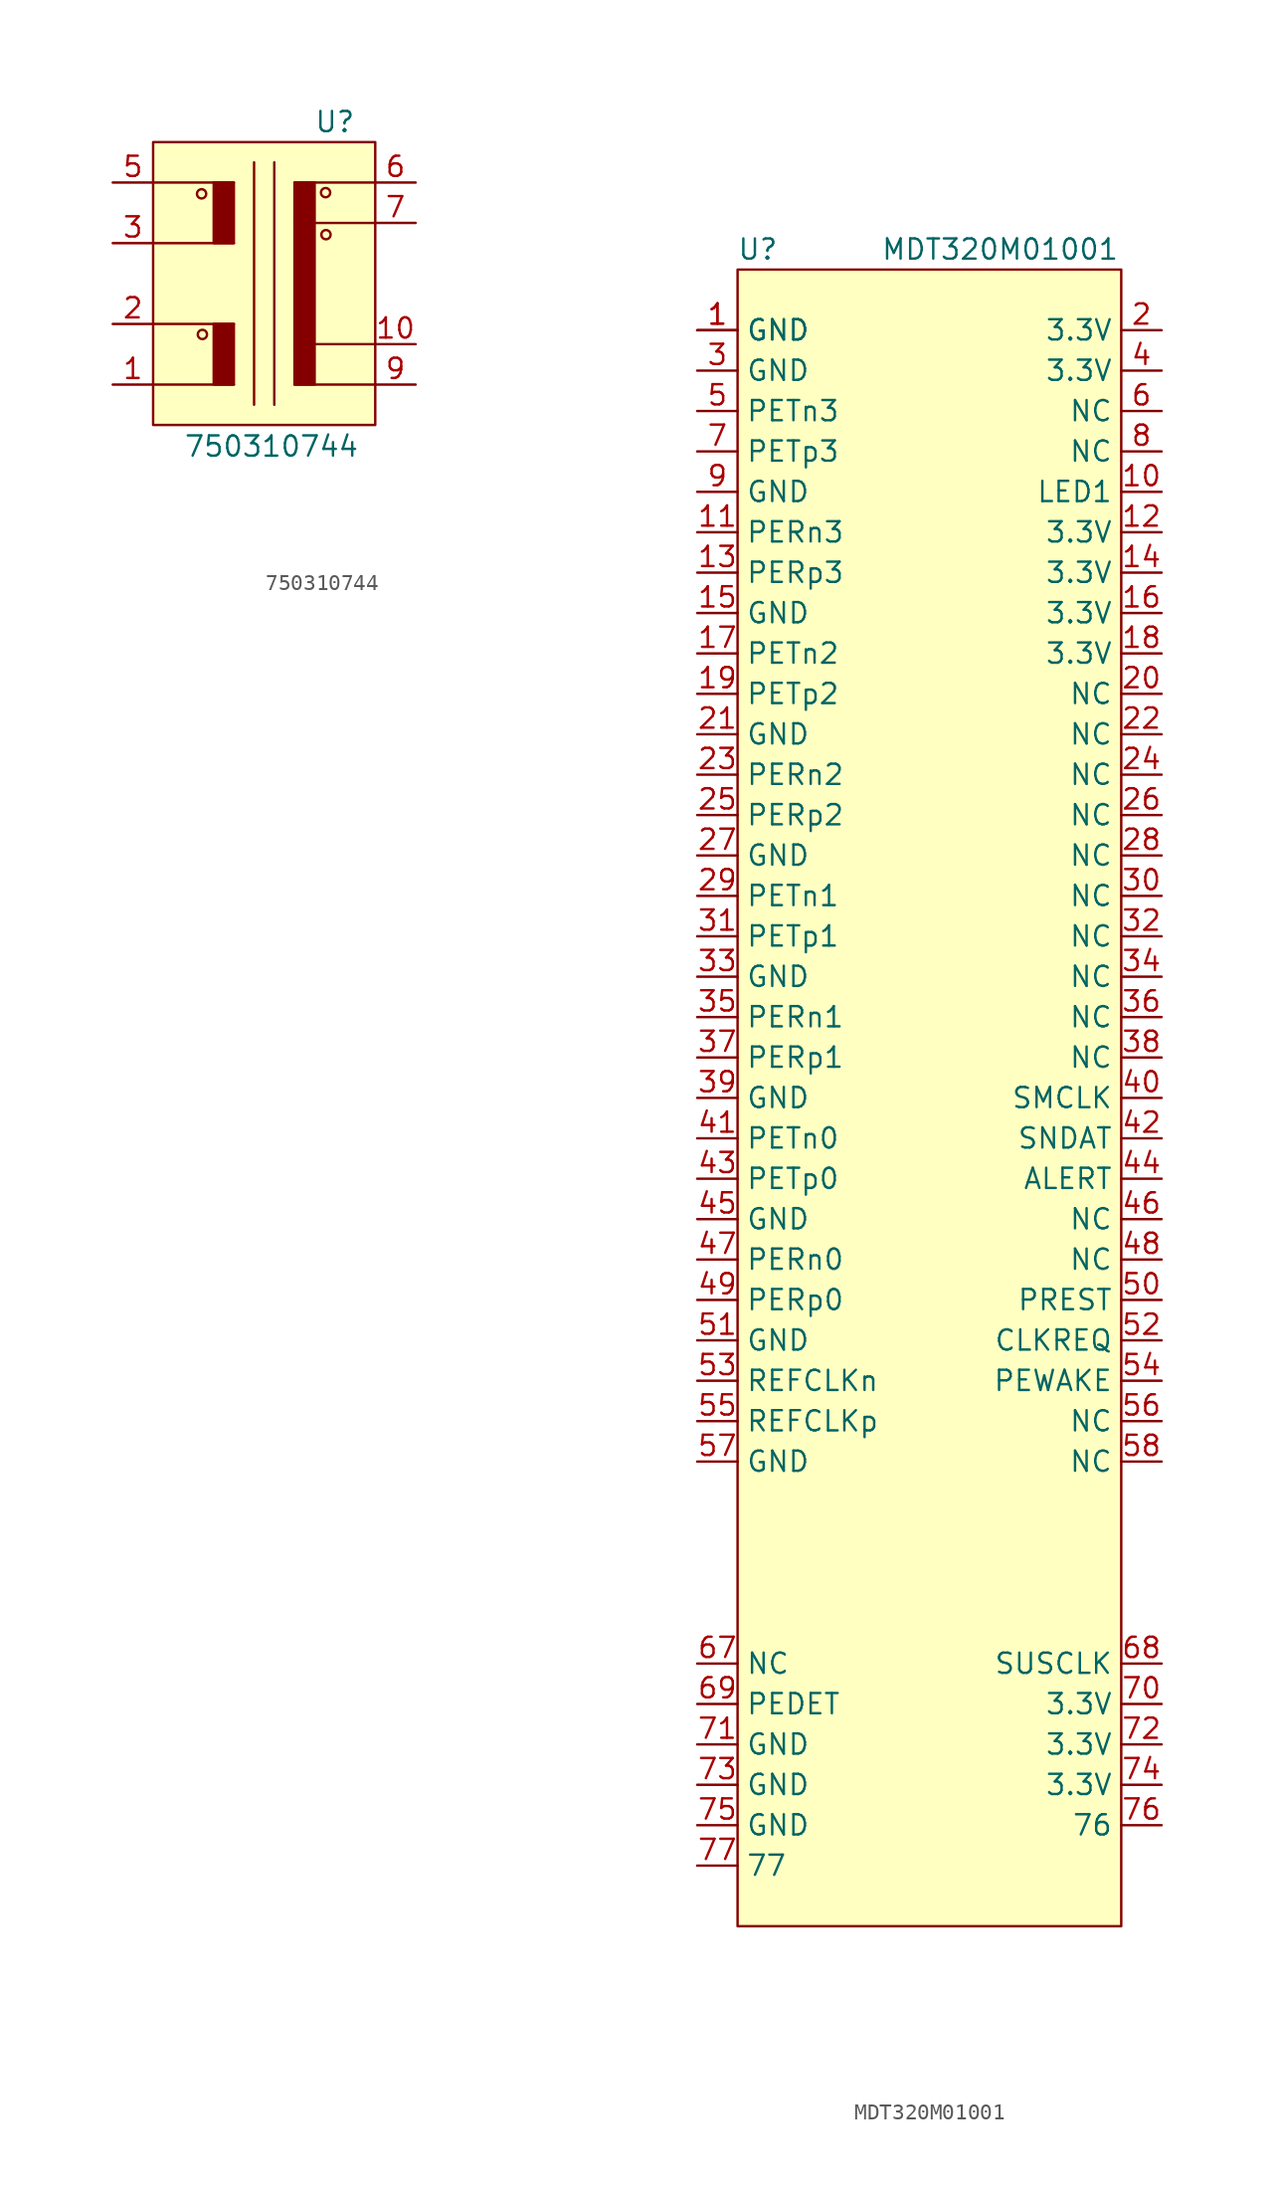
<source format=kicad_sym>
(kicad_symbol_lib
  (version 20211014)
  (generator kicad_symbol_editor)
  (symbol "750310744"
    (property "Reference" "U"
      (at 3.81 10.16 0)
      (effects (font (size 1.27 1.27))))
    (property "Value" "750310744"
      (at -0.178 -10.236 0)
      (effects (font (size 1.27 1.27))))
    (symbol "750310744_0_1"
      (rectangle (start -7.62 8.89) (end 6.35 -8.89) (stroke (width 0.152) (type default) (color 0 0 0 0)) (fill (type background)))
      (circle (center -4.572 5.639) (radius 0.29) (stroke (width 0.152) (type default) (color 0 0 0 0)) (fill (type none)))
      (circle (center -4.521 -3.2) (radius 0.29) (stroke (width 0.152) (type default) (color 0 0 0 0)) (fill (type none)))
      (rectangle (start -2.54 -2.54) (end -3.81 -6.35) (stroke (width 0.152) (type default) (color 0 0 0 0)) (fill (type outline)))
      (rectangle (start -2.54 6.35) (end -3.81 2.54) (stroke (width 0.152) (type default) (color 0 0 0 0)) (fill (type outline)))
      (polyline (pts (xy -7.62 -6.35) (xy -2.54 -6.35)) (stroke (width 0.152) (type default) (color 0 0 0 0)) (fill (type none)))
      (polyline (pts (xy -7.62 -2.54) (xy -2.54 -2.54)) (stroke (width 0.152) (type default) (color 0 0 0 0)) (fill (type none)))
      (polyline (pts (xy -7.62 2.54) (xy -2.54 2.54)) (stroke (width 0.152) (type default) (color 0 0 0 0)) (fill (type none)))
      (polyline (pts (xy -7.62 6.35) (xy -2.54 6.35)) (stroke (width 0.152) (type default) (color 0 0 0 0)) (fill (type none)))
      (polyline (pts (xy -1.27 7.62) (xy -1.27 -7.62)) (stroke (width 0.152) (type default) (color 0 0 0 0)) (fill (type none)))
      (polyline (pts (xy 0 7.62) (xy 0 -7.62)) (stroke (width 0.152) (type default) (color 0 0 0 0)) (fill (type none)))
      (polyline (pts (xy 6.35 -6.35) (xy 1.27 -6.35)) (stroke (width 0.152) (type default) (color 0 0 0 0)) (fill (type none)))
      (polyline (pts (xy 6.35 -3.81) (xy 1.27 -3.81)) (stroke (width 0.152) (type default) (color 0 0 0 0)) (fill (type none)))
      (polyline (pts (xy 6.35 3.81) (xy 1.27 3.81)) (stroke (width 0.152) (type default) (color 0 0 0 0)) (fill (type none)))
      (polyline (pts (xy 6.35 6.35) (xy 1.27 6.35)) (stroke (width 0.152) (type default) (color 0 0 0 0)) (fill (type none)))
      (rectangle (start 1.27 6.35) (end 2.54 -6.35) (stroke (width 0.152) (type default) (color 0 0 0 0)) (fill (type outline)))
      (circle (center 3.226 5.715) (radius 0.29) (stroke (width 0.152) (type default) (color 0 0 0 0)) (fill (type none)))
      (circle (center 3.251 3.073) (radius 0.29) (stroke (width 0.152) (type default) (color 0 0 0 0)) (fill (type none))))
    (symbol "750310744_1_1"
      (pin input line (at -10.16 -6.35 0) (length 2.54) (name "" (effects (font (size 1.27 1.27)))) (number "1" (effects (font (size 1.27 1.27)))))
      (pin input line (at 8.89 -3.81 180) (length 2.54) (name "" (effects (font (size 1.27 1.27)))) (number "10" (effects (font (size 1.27 1.27)))))
      (pin input line (at -10.16 -2.54 0) (length 2.54) (name "" (effects (font (size 1.27 1.27)))) (number "2" (effects (font (size 1.27 1.27)))))
      (pin input line (at -10.16 2.54 0) (length 2.54) (name "" (effects (font (size 1.27 1.27)))) (number "3" (effects (font (size 1.27 1.27)))))
      (pin no_connect line (at 16.51 -12.7 180) (length 2.54) hide (name "NC" (effects (font (size 1.27 1.27)))) (number "4" (effects (font (size 1.27 1.27)))))
      (pin input line (at -10.16 6.35 0) (length 2.54) (name "" (effects (font (size 1.27 1.27)))) (number "5" (effects (font (size 1.27 1.27)))))
      (pin input line (at 8.89 6.35 180) (length 2.54) (name "" (effects (font (size 1.27 1.27)))) (number "6" (effects (font (size 1.27 1.27)))))
      (pin input line (at 8.89 3.81 180) (length 2.54) (name "" (effects (font (size 1.27 1.27)))) (number "7" (effects (font (size 1.27 1.27)))))
      (pin no_connect line (at 16.51 -15.24 180) (length 2.54) hide (name "NC" (effects (font (size 1.27 1.27)))) (number "8" (effects (font (size 1.27 1.27)))))
      (pin input line (at 8.89 -6.35 180) (length 2.54) (name "" (effects (font (size 1.27 1.27)))) (number "9" (effects (font (size 1.27 1.27)))))))
  (symbol "MDT320M01001"
    (property "Reference" "U"
      (at -11.43 48.26 0)
      (effects (font (size 1.27 1.27))))
    (property "Value" "MDT320M01001"
      (at 3.81 48.26 0)
      (effects (font (size 1.27 1.27))))
    (symbol "MDT320M01001_0_0"
      (pin input line (at -15.24 43.18 0) (length 2.54) (name "GND" (effects (font (size 1.27 1.27)))) (number "1" (effects (font (size 1.27 1.27)))))
      (pin input line (at 13.97 33.02 180) (length 2.54) (name "LED1" (effects (font (size 1.27 1.27)))) (number "10" (effects (font (size 1.27 1.27)))))
      (pin input line (at -15.24 30.48 0) (length 2.54) (name "PERn3" (effects (font (size 1.27 1.27)))) (number "11" (effects (font (size 1.27 1.27)))))
      (pin input line (at 13.97 30.48 180) (length 2.54) (name "3.3V" (effects (font (size 1.27 1.27)))) (number "12" (effects (font (size 1.27 1.27)))))
      (pin input line (at -15.24 27.94 0) (length 2.54) (name "PERp3" (effects (font (size 1.27 1.27)))) (number "13" (effects (font (size 1.27 1.27)))))
      (pin input line (at 13.97 27.94 180) (length 2.54) (name "3.3V" (effects (font (size 1.27 1.27)))) (number "14" (effects (font (size 1.27 1.27)))))
      (pin input line (at -15.24 25.4 0) (length 2.54) (name "GND" (effects (font (size 1.27 1.27)))) (number "15" (effects (font (size 1.27 1.27)))))
      (pin input line (at 13.97 25.4 180) (length 2.54) (name "3.3V" (effects (font (size 1.27 1.27)))) (number "16" (effects (font (size 1.27 1.27)))))
      (pin input line (at -15.24 22.86 0) (length 2.54) (name "PETn2" (effects (font (size 1.27 1.27)))) (number "17" (effects (font (size 1.27 1.27)))))
      (pin input line (at 13.97 22.86 180) (length 2.54) (name "3.3V" (effects (font (size 1.27 1.27)))) (number "18" (effects (font (size 1.27 1.27)))))
      (pin input line (at -15.24 20.32 0) (length 2.54) (name "PETp2" (effects (font (size 1.27 1.27)))) (number "19" (effects (font (size 1.27 1.27)))))
      (pin input line (at 13.97 43.18 180) (length 2.54) (name "3.3V" (effects (font (size 1.27 1.27)))) (number "2" (effects (font (size 1.27 1.27)))))
      (pin input line (at 13.97 20.32 180) (length 2.54) (name "NC" (effects (font (size 1.27 1.27)))) (number "20" (effects (font (size 1.27 1.27)))))
      (pin input line (at -15.24 17.78 0) (length 2.54) (name "GND" (effects (font (size 1.27 1.27)))) (number "21" (effects (font (size 1.27 1.27)))))
      (pin input line (at 13.97 17.78 180) (length 2.54) (name "NC" (effects (font (size 1.27 1.27)))) (number "22" (effects (font (size 1.27 1.27)))))
      (pin input line (at -15.24 15.24 0) (length 2.54) (name "PERn2" (effects (font (size 1.27 1.27)))) (number "23" (effects (font (size 1.27 1.27)))))
      (pin input line (at 13.97 15.24 180) (length 2.54) (name "NC" (effects (font (size 1.27 1.27)))) (number "24" (effects (font (size 1.27 1.27)))))
      (pin input line (at -15.24 12.7 0) (length 2.54) (name "PERp2" (effects (font (size 1.27 1.27)))) (number "25" (effects (font (size 1.27 1.27)))))
      (pin input line (at 13.97 12.7 180) (length 2.54) (name "NC" (effects (font (size 1.27 1.27)))) (number "26" (effects (font (size 1.27 1.27)))))
      (pin input line (at -15.24 10.16 0) (length 2.54) (name "GND" (effects (font (size 1.27 1.27)))) (number "27" (effects (font (size 1.27 1.27)))))
      (pin input line (at 13.97 10.16 180) (length 2.54) (name "NC" (effects (font (size 1.27 1.27)))) (number "28" (effects (font (size 1.27 1.27)))))
      (pin input line (at -15.24 7.62 0) (length 2.54) (name "PETn1" (effects (font (size 1.27 1.27)))) (number "29" (effects (font (size 1.27 1.27)))))
      (pin input line (at -15.24 40.64 0) (length 2.54) (name "GND" (effects (font (size 1.27 1.27)))) (number "3" (effects (font (size 1.27 1.27)))))
      (pin input line (at 13.97 7.62 180) (length 2.54) (name "NC" (effects (font (size 1.27 1.27)))) (number "30" (effects (font (size 1.27 1.27)))))
      (pin input line (at -15.24 5.08 0) (length 2.54) (name "PETp1" (effects (font (size 1.27 1.27)))) (number "31" (effects (font (size 1.27 1.27)))))
      (pin input line (at 13.97 5.08 180) (length 2.54) (name "NC" (effects (font (size 1.27 1.27)))) (number "32" (effects (font (size 1.27 1.27)))))
      (pin input line (at -15.24 2.54 0) (length 2.54) (name "GND" (effects (font (size 1.27 1.27)))) (number "33" (effects (font (size 1.27 1.27)))))
      (pin input line (at 13.97 2.54 180) (length 2.54) (name "NC" (effects (font (size 1.27 1.27)))) (number "34" (effects (font (size 1.27 1.27)))))
      (pin input line (at -15.24 0 0) (length 2.54) (name "PERn1" (effects (font (size 1.27 1.27)))) (number "35" (effects (font (size 1.27 1.27)))))
      (pin input line (at 13.97 0 180) (length 2.54) (name "NC" (effects (font (size 1.27 1.27)))) (number "36" (effects (font (size 1.27 1.27)))))
      (pin input line (at -15.24 -2.54 0) (length 2.54) (name "PERp1" (effects (font (size 1.27 1.27)))) (number "37" (effects (font (size 1.27 1.27)))))
      (pin input line (at 13.97 -2.54 180) (length 2.54) (name "NC" (effects (font (size 1.27 1.27)))) (number "38" (effects (font (size 1.27 1.27)))))
      (pin input line (at -15.24 -5.08 0) (length 2.54) (name "GND" (effects (font (size 1.27 1.27)))) (number "39" (effects (font (size 1.27 1.27)))))
      (pin input line (at 13.97 40.64 180) (length 2.54) (name "3.3V" (effects (font (size 1.27 1.27)))) (number "4" (effects (font (size 1.27 1.27)))))
      (pin input line (at 13.97 -5.08 180) (length 2.54) (name "SMCLK" (effects (font (size 1.27 1.27)))) (number "40" (effects (font (size 1.27 1.27)))))
      (pin input line (at -15.24 -7.62 0) (length 2.54) (name "PETn0" (effects (font (size 1.27 1.27)))) (number "41" (effects (font (size 1.27 1.27)))))
      (pin input line (at 13.97 -7.62 180) (length 2.54) (name "SNDAT" (effects (font (size 1.27 1.27)))) (number "42" (effects (font (size 1.27 1.27)))))
      (pin input line (at -15.24 -10.16 0) (length 2.54) (name "PETp0" (effects (font (size 1.27 1.27)))) (number "43" (effects (font (size 1.27 1.27)))))
      (pin input line (at 13.97 -10.16 180) (length 2.54) (name "ALERT" (effects (font (size 1.27 1.27)))) (number "44" (effects (font (size 1.27 1.27)))))
      (pin input line (at -15.24 -12.7 0) (length 2.54) (name "GND" (effects (font (size 1.27 1.27)))) (number "45" (effects (font (size 1.27 1.27)))))
      (pin input line (at 13.97 -12.7 180) (length 2.54) (name "NC" (effects (font (size 1.27 1.27)))) (number "46" (effects (font (size 1.27 1.27)))))
      (pin input line (at -15.24 -15.24 0) (length 2.54) (name "PERn0" (effects (font (size 1.27 1.27)))) (number "47" (effects (font (size 1.27 1.27)))))
      (pin input line (at 13.97 -15.24 180) (length 2.54) (name "NC" (effects (font (size 1.27 1.27)))) (number "48" (effects (font (size 1.27 1.27)))))
      (pin input line (at -15.24 -17.78 0) (length 2.54) (name "PERp0" (effects (font (size 1.27 1.27)))) (number "49" (effects (font (size 1.27 1.27)))))
      (pin input line (at -15.24 38.1 0) (length 2.54) (name "PETn3" (effects (font (size 1.27 1.27)))) (number "5" (effects (font (size 1.27 1.27)))))
      (pin input line (at 13.97 -17.78 180) (length 2.54) (name "PREST" (effects (font (size 1.27 1.27)))) (number "50" (effects (font (size 1.27 1.27)))))
      (pin input line (at -15.24 -20.32 0) (length 2.54) (name "GND" (effects (font (size 1.27 1.27)))) (number "51" (effects (font (size 1.27 1.27)))))
      (pin input line (at 13.97 -20.32 180) (length 2.54) (name "CLKREQ" (effects (font (size 1.27 1.27)))) (number "52" (effects (font (size 1.27 1.27)))))
      (pin input line (at -15.24 -22.86 0) (length 2.54) (name "REFCLKn" (effects (font (size 1.27 1.27)))) (number "53" (effects (font (size 1.27 1.27)))))
      (pin input line (at 13.97 -22.86 180) (length 2.54) (name "PEWAKE" (effects (font (size 1.27 1.27)))) (number "54" (effects (font (size 1.27 1.27)))))
      (pin input line (at -15.24 -25.4 0) (length 2.54) (name "REFCLKp" (effects (font (size 1.27 1.27)))) (number "55" (effects (font (size 1.27 1.27)))))
      (pin input line (at 13.97 -25.4 180) (length 2.54) (name "NC" (effects (font (size 1.27 1.27)))) (number "56" (effects (font (size 1.27 1.27)))))
      (pin input line (at -15.24 -27.94 0) (length 2.54) (name "GND" (effects (font (size 1.27 1.27)))) (number "57" (effects (font (size 1.27 1.27)))))
      (pin input line (at 13.97 -27.94 180) (length 2.54) (name "NC" (effects (font (size 1.27 1.27)))) (number "58" (effects (font (size 1.27 1.27)))))
      (pin input line (at 13.97 38.1 180) (length 2.54) (name "NC" (effects (font (size 1.27 1.27)))) (number "6" (effects (font (size 1.27 1.27)))))
      (pin input line (at -15.24 -40.64 0) (length 2.54) (name "NC" (effects (font (size 1.27 1.27)))) (number "67" (effects (font (size 1.27 1.27)))))
      (pin input line (at 13.97 -40.64 180) (length 2.54) (name "SUSCLK" (effects (font (size 1.27 1.27)))) (number "68" (effects (font (size 1.27 1.27)))))
      (pin input line (at -15.24 -43.18 0) (length 2.54) (name "PEDET" (effects (font (size 1.27 1.27)))) (number "69" (effects (font (size 1.27 1.27)))))
      (pin input line (at -15.24 35.56 0) (length 2.54) (name "PETp3" (effects (font (size 1.27 1.27)))) (number "7" (effects (font (size 1.27 1.27)))))
      (pin input line (at 13.97 -43.18 180) (length 2.54) (name "3.3V" (effects (font (size 1.27 1.27)))) (number "70" (effects (font (size 1.27 1.27)))))
      (pin input line (at -15.24 -45.72 0) (length 2.54) (name "GND" (effects (font (size 1.27 1.27)))) (number "71" (effects (font (size 1.27 1.27)))))
      (pin input line (at 13.97 -45.72 180) (length 2.54) (name "3.3V" (effects (font (size 1.27 1.27)))) (number "72" (effects (font (size 1.27 1.27)))))
      (pin input line (at -15.24 -48.26 0) (length 2.54) (name "GND" (effects (font (size 1.27 1.27)))) (number "73" (effects (font (size 1.27 1.27)))))
      (pin input line (at 13.97 -48.26 180) (length 2.54) (name "3.3V" (effects (font (size 1.27 1.27)))) (number "74" (effects (font (size 1.27 1.27)))))
      (pin input line (at -15.24 -50.8 0) (length 2.54) (name "GND" (effects (font (size 1.27 1.27)))) (number "75" (effects (font (size 1.27 1.27)))))
      (pin input line (at 13.97 -50.8 180) (length 2.54) (name "76" (effects (font (size 1.27 1.27)))) (number "76" (effects (font (size 1.27 1.27)))))
      (pin input line (at 13.97 35.56 180) (length 2.54) (name "NC" (effects (font (size 1.27 1.27)))) (number "8" (effects (font (size 1.27 1.27)))))
      (pin input line (at -15.24 33.02 0) (length 2.54) (name "GND" (effects (font (size 1.27 1.27)))) (number "9" (effects (font (size 1.27 1.27))))))
    (symbol "MDT320M01001_0_1"
      (rectangle (start -12.7 46.99) (end 11.43 -57.15) (stroke (width 0.152) (type default) (color 0 0 0 0)) (fill (type background))))
    (symbol "MDT320M01001_1_1"
      (pin input line (at -15.24 43.18 0) (length 2.54) (name "GND" (effects (font (size 1.27 1.27)))) (number "1" (effects (font (size 1.27 1.27)))))
      (pin input line (at -15.24 -53.34 0) (length 2.54) (name "77" (effects (font (size 1.27 1.27)))) (number "77" (effects (font (size 1.27 1.27))))))))
</source>
